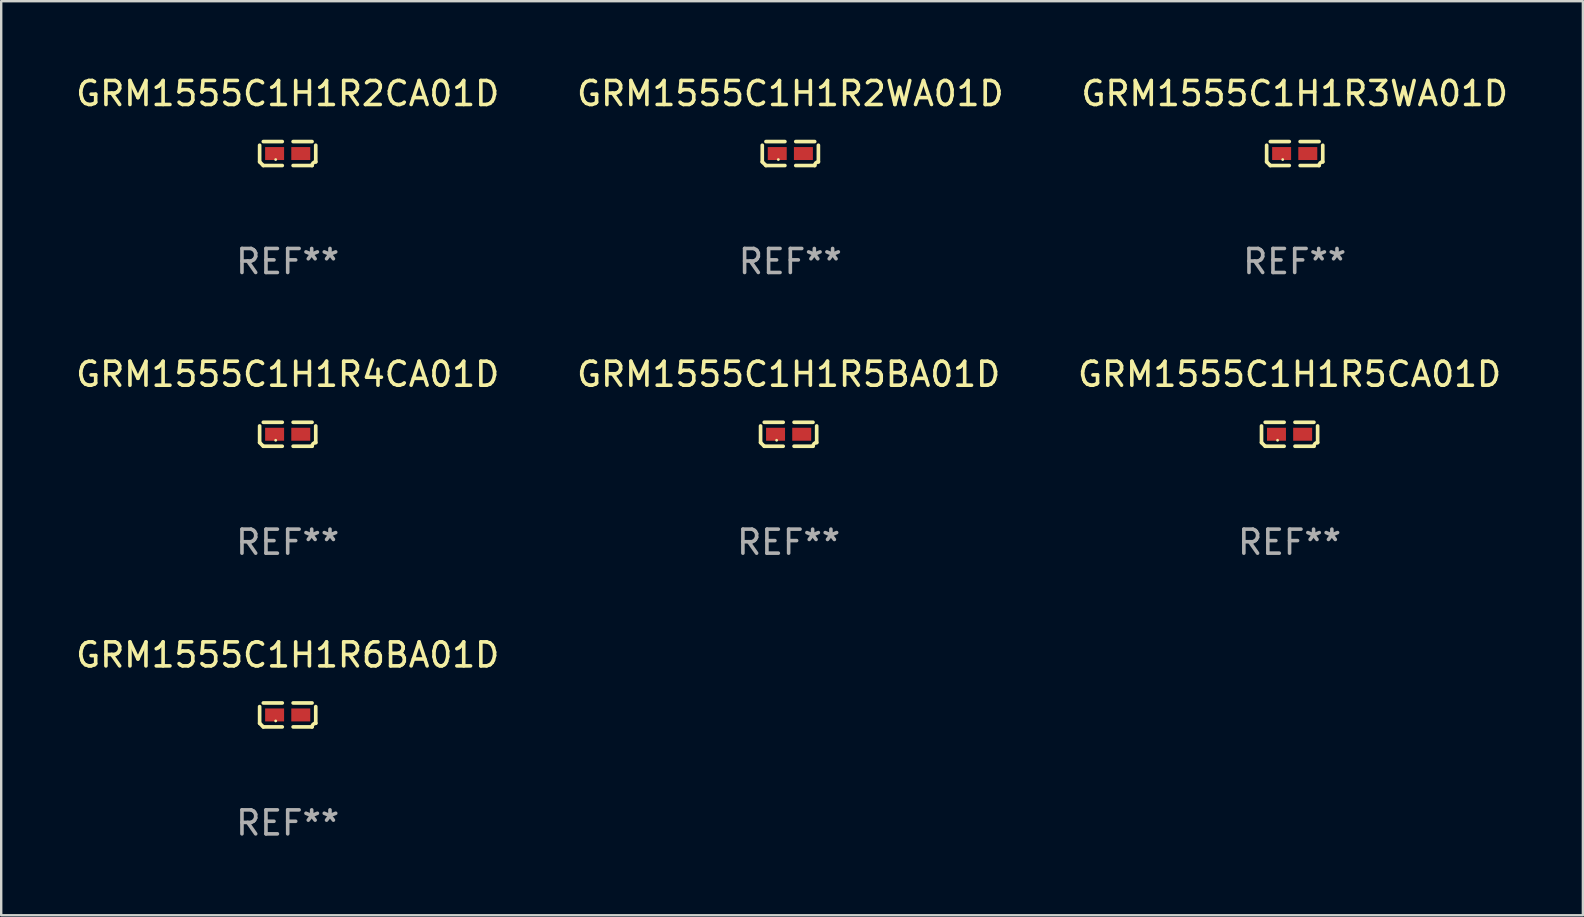
<source format=kicad_pcb>
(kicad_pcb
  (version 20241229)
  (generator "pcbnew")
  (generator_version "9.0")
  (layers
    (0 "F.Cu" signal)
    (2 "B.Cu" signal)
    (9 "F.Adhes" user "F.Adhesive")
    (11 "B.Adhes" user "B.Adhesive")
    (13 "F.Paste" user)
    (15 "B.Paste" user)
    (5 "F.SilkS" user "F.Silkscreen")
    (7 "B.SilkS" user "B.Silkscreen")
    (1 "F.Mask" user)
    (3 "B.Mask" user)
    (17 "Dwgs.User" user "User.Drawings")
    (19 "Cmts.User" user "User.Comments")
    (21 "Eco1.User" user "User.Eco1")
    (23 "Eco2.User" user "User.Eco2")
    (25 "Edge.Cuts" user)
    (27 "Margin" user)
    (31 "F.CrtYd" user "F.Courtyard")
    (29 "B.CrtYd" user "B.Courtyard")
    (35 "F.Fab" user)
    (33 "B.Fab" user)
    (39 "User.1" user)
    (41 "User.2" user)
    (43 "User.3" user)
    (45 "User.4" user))
  (footprint "GRM1555C1H1R2CA01D"
    (layer "F.Cu")
    (at 8.935 3.347)
    (property "Reference" "GRM1555C1H1R2CA01D" (at 0 -2.499 0) (layer "F.SilkS") (effects (font (size 1 1) (thickness 0.15))))
    (attr through_hole)
    (fp_line (start -1.169 0.346) (end -1.169 -0.346) (stroke (width 0.152) (type solid)) (layer "F.SilkS"))
    (fp_line (start -1.016 -0.499) (end -0.226 -0.499) (stroke (width 0.152) (type solid)) (layer "F.SilkS"))
    (fp_line (start -0.226 0.499) (end -1.016 0.499) (stroke (width 0.152) (type solid)) (layer "F.SilkS"))
    (fp_line (start 0.226 0.499) (end 1.016 0.499) (stroke (width 0.152) (type solid)) (layer "F.SilkS"))
    (fp_line (start 1.016 -0.499) (end 0.226 -0.499) (stroke (width 0.152) (type solid)) (layer "F.SilkS"))
    (fp_line (start 1.169 0.346) (end 1.169 -0.346) (stroke (width 0.152) (type solid)) (layer "F.SilkS"))
    (fp_arc (start -1.016307 0.498603) (mid -1.092512 0.422405) (end -1.16871 0.3462) (stroke (width 0.1524) (type solid)) (layer "F.SilkS"))
    (fp_arc (start 1.016307 0.498603) (mid 1.060899 0.390758) (end 1.168707 0.346076) (stroke (width 0.1524) (type solid)) (layer "F.SilkS"))
    (fp_circle (center -0.5 0.25) (end -0.47 0.25) (stroke (width 0.06) (type solid)) (fill no) (layer "F.SilkS"))
    (fp_text user "REF**" (at 0 4.499 0) (layer "F.Fab") (effects (font (size 1 1) (thickness 0.15))))
    (pad "1" smd rect (at -0.545 0) (size 0.79 0.54) (layers "F.Cu" "F.Mask" "F.Paste"))
    (pad "2" smd rect (at 0.545 0) (size 0.79 0.54) (layers "F.Cu" "F.Mask" "F.Paste")))
  (footprint "GRM1555C1H1R5CA01D"
    (layer "F.Cu")
    (at 50.673 15.041)
    (property "Reference" "GRM1555C1H1R5CA01D" (at 0 -2.499 0) (layer "F.SilkS") (effects (font (size 1 1) (thickness 0.15))))
    (attr through_hole)
    (fp_line (start -1.169 0.346) (end -1.169 -0.346) (stroke (width 0.152) (type solid)) (layer "F.SilkS"))
    (fp_line (start -1.016 -0.499) (end -0.226 -0.499) (stroke (width 0.152) (type solid)) (layer "F.SilkS"))
    (fp_line (start -0.226 0.499) (end -1.016 0.499) (stroke (width 0.152) (type solid)) (layer "F.SilkS"))
    (fp_line (start 0.226 0.499) (end 1.016 0.499) (stroke (width 0.152) (type solid)) (layer "F.SilkS"))
    (fp_line (start 1.016 -0.499) (end 0.226 -0.499) (stroke (width 0.152) (type solid)) (layer "F.SilkS"))
    (fp_line (start 1.169 0.346) (end 1.169 -0.346) (stroke (width 0.152) (type solid)) (layer "F.SilkS"))
    (fp_arc (start -1.016307 0.498603) (mid -1.092512 0.422405) (end -1.16871 0.3462) (stroke (width 0.1524) (type solid)) (layer "F.SilkS"))
    (fp_arc (start 1.016307 0.498603) (mid 1.060899 0.390758) (end 1.168707 0.346076) (stroke (width 0.1524) (type solid)) (layer "F.SilkS"))
    (fp_circle (center -0.5 0.25) (end -0.47 0.25) (stroke (width 0.06) (type solid)) (fill no) (layer "F.SilkS"))
    (fp_text user "REF**" (at 0 4.499 0) (layer "F.Fab") (effects (font (size 1 1) (thickness 0.15))))
    (pad "1" smd rect (at -0.545 0) (size 0.79 0.54) (layers "F.Cu" "F.Mask" "F.Paste"))
    (pad "2" smd rect (at 0.545 0) (size 0.79 0.54) (layers "F.Cu" "F.Mask" "F.Paste")))
  (footprint "GRM1555C1H1R2WA01D"
    (layer "F.Cu")
    (at 29.875 3.347)
    (property "Reference" "GRM1555C1H1R2WA01D" (at 0 -2.499 0) (layer "F.SilkS") (effects (font (size 1 1) (thickness 0.15))))
    (attr through_hole)
    (fp_line (start -1.169 0.346) (end -1.169 -0.346) (stroke (width 0.152) (type solid)) (layer "F.SilkS"))
    (fp_line (start -1.016 -0.499) (end -0.226 -0.499) (stroke (width 0.152) (type solid)) (layer "F.SilkS"))
    (fp_line (start -0.226 0.499) (end -1.016 0.499) (stroke (width 0.152) (type solid)) (layer "F.SilkS"))
    (fp_line (start 0.226 0.499) (end 1.016 0.499) (stroke (width 0.152) (type solid)) (layer "F.SilkS"))
    (fp_line (start 1.016 -0.499) (end 0.226 -0.499) (stroke (width 0.152) (type solid)) (layer "F.SilkS"))
    (fp_line (start 1.169 0.346) (end 1.169 -0.346) (stroke (width 0.152) (type solid)) (layer "F.SilkS"))
    (fp_arc (start -1.016307 0.498603) (mid -1.092512 0.422405) (end -1.16871 0.3462) (stroke (width 0.1524) (type solid)) (layer "F.SilkS"))
    (fp_arc (start 1.016307 0.498603) (mid 1.060899 0.390758) (end 1.168707 0.346076) (stroke (width 0.1524) (type solid)) (layer "F.SilkS"))
    (fp_circle (center -0.5 0.25) (end -0.47 0.25) (stroke (width 0.06) (type solid)) (fill no) (layer "F.SilkS"))
    (fp_text user "REF**" (at 0 4.499 0) (layer "F.Fab") (effects (font (size 1 1) (thickness 0.15))))
    (pad "1" smd rect (at -0.545 0) (size 0.79 0.54) (layers "F.Cu" "F.Mask" "F.Paste"))
    (pad "2" smd rect (at 0.545 0) (size 0.79 0.54) (layers "F.Cu" "F.Mask" "F.Paste")))
  (footprint "GRM1555C1H1R6BA01D"
    (layer "F.Cu")
    (at 8.935 26.734)
    (property "Reference" "GRM1555C1H1R6BA01D" (at 0 -2.499 0) (layer "F.SilkS") (effects (font (size 1 1) (thickness 0.15))))
    (attr through_hole)
    (fp_line (start -1.169 0.346) (end -1.169 -0.346) (stroke (width 0.152) (type solid)) (layer "F.SilkS"))
    (fp_line (start -1.016 -0.499) (end -0.226 -0.499) (stroke (width 0.152) (type solid)) (layer "F.SilkS"))
    (fp_line (start -0.226 0.499) (end -1.016 0.499) (stroke (width 0.152) (type solid)) (layer "F.SilkS"))
    (fp_line (start 0.226 0.499) (end 1.016 0.499) (stroke (width 0.152) (type solid)) (layer "F.SilkS"))
    (fp_line (start 1.016 -0.499) (end 0.226 -0.499) (stroke (width 0.152) (type solid)) (layer "F.SilkS"))
    (fp_line (start 1.169 0.346) (end 1.169 -0.346) (stroke (width 0.152) (type solid)) (layer "F.SilkS"))
    (fp_arc (start -1.016307 0.498603) (mid -1.092512 0.422405) (end -1.16871 0.3462) (stroke (width 0.1524) (type solid)) (layer "F.SilkS"))
    (fp_arc (start 1.016307 0.498603) (mid 1.060899 0.390758) (end 1.168707 0.346076) (stroke (width 0.1524) (type solid)) (layer "F.SilkS"))
    (fp_circle (center -0.5 0.25) (end -0.47 0.25) (stroke (width 0.06) (type solid)) (fill no) (layer "F.SilkS"))
    (fp_text user "REF**" (at 0 4.499 0) (layer "F.Fab") (effects (font (size 1 1) (thickness 0.15))))
    (pad "1" smd rect (at -0.545 0) (size 0.79 0.54) (layers "F.Cu" "F.Mask" "F.Paste"))
    (pad "2" smd rect (at 0.545 0) (size 0.79 0.54) (layers "F.Cu" "F.Mask" "F.Paste")))
  (footprint "GRM1555C1H1R5BA01D"
    (layer "F.Cu")
    (at 29.804 15.041)
    (property "Reference" "GRM1555C1H1R5BA01D" (at 0 -2.499 0) (layer "F.SilkS") (effects (font (size 1 1) (thickness 0.15))))
    (attr through_hole)
    (fp_line (start -1.169 0.346) (end -1.169 -0.346) (stroke (width 0.152) (type solid)) (layer "F.SilkS"))
    (fp_line (start -1.016 -0.499) (end -0.226 -0.499) (stroke (width 0.152) (type solid)) (layer "F.SilkS"))
    (fp_line (start -0.226 0.499) (end -1.016 0.499) (stroke (width 0.152) (type solid)) (layer "F.SilkS"))
    (fp_line (start 0.226 0.499) (end 1.016 0.499) (stroke (width 0.152) (type solid)) (layer "F.SilkS"))
    (fp_line (start 1.016 -0.499) (end 0.226 -0.499) (stroke (width 0.152) (type solid)) (layer "F.SilkS"))
    (fp_line (start 1.169 0.346) (end 1.169 -0.346) (stroke (width 0.152) (type solid)) (layer "F.SilkS"))
    (fp_arc (start -1.016307 0.498603) (mid -1.092512 0.422405) (end -1.16871 0.3462) (stroke (width 0.1524) (type solid)) (layer "F.SilkS"))
    (fp_arc (start 1.016307 0.498603) (mid 1.060899 0.390758) (end 1.168707 0.346076) (stroke (width 0.1524) (type solid)) (layer "F.SilkS"))
    (fp_circle (center -0.5 0.25) (end -0.47 0.25) (stroke (width 0.06) (type solid)) (fill no) (layer "F.SilkS"))
    (fp_text user "REF**" (at 0 4.499 0) (layer "F.Fab") (effects (font (size 1 1) (thickness 0.15))))
    (pad "1" smd rect (at -0.545 0) (size 0.79 0.54) (layers "F.Cu" "F.Mask" "F.Paste"))
    (pad "2" smd rect (at 0.545 0) (size 0.79 0.54) (layers "F.Cu" "F.Mask" "F.Paste")))
  (footprint "GRM1555C1H1R4CA01D"
    (layer "F.Cu")
    (at 8.935 15.041)
    (property "Reference" "GRM1555C1H1R4CA01D" (at 0 -2.499 0) (layer "F.SilkS") (effects (font (size 1 1) (thickness 0.15))))
    (attr through_hole)
    (fp_line (start -1.169 0.346) (end -1.169 -0.346) (stroke (width 0.152) (type solid)) (layer "F.SilkS"))
    (fp_line (start -1.016 -0.499) (end -0.226 -0.499) (stroke (width 0.152) (type solid)) (layer "F.SilkS"))
    (fp_line (start -0.226 0.499) (end -1.016 0.499) (stroke (width 0.152) (type solid)) (layer "F.SilkS"))
    (fp_line (start 0.226 0.499) (end 1.016 0.499) (stroke (width 0.152) (type solid)) (layer "F.SilkS"))
    (fp_line (start 1.016 -0.499) (end 0.226 -0.499) (stroke (width 0.152) (type solid)) (layer "F.SilkS"))
    (fp_line (start 1.169 0.346) (end 1.169 -0.346) (stroke (width 0.152) (type solid)) (layer "F.SilkS"))
    (fp_arc (start -1.016307 0.498603) (mid -1.092512 0.422405) (end -1.16871 0.3462) (stroke (width 0.1524) (type solid)) (layer "F.SilkS"))
    (fp_arc (start 1.016307 0.498603) (mid 1.060899 0.390758) (end 1.168707 0.346076) (stroke (width 0.1524) (type solid)) (layer "F.SilkS"))
    (fp_circle (center -0.5 0.25) (end -0.47 0.25) (stroke (width 0.06) (type solid)) (fill no) (layer "F.SilkS"))
    (fp_text user "REF**" (at 0 4.499 0) (layer "F.Fab") (effects (font (size 1 1) (thickness 0.15))))
    (pad "1" smd rect (at -0.545 0) (size 0.79 0.54) (layers "F.Cu" "F.Mask" "F.Paste"))
    (pad "2" smd rect (at 0.545 0) (size 0.79 0.54) (layers "F.Cu" "F.Mask" "F.Paste")))
  (footprint "GRM1555C1H1R3WA01D"
    (layer "F.Cu")
    (at 50.887 3.347)
    (property "Reference" "GRM1555C1H1R3WA01D" (at 0 -2.499 0) (layer "F.SilkS") (effects (font (size 1 1) (thickness 0.15))))
    (attr through_hole)
    (fp_line (start -1.169 0.346) (end -1.169 -0.346) (stroke (width 0.152) (type solid)) (layer "F.SilkS"))
    (fp_line (start -1.016 -0.499) (end -0.226 -0.499) (stroke (width 0.152) (type solid)) (layer "F.SilkS"))
    (fp_line (start -0.226 0.499) (end -1.016 0.499) (stroke (width 0.152) (type solid)) (layer "F.SilkS"))
    (fp_line (start 0.226 0.499) (end 1.016 0.499) (stroke (width 0.152) (type solid)) (layer "F.SilkS"))
    (fp_line (start 1.016 -0.499) (end 0.226 -0.499) (stroke (width 0.152) (type solid)) (layer "F.SilkS"))
    (fp_line (start 1.169 0.346) (end 1.169 -0.346) (stroke (width 0.152) (type solid)) (layer "F.SilkS"))
    (fp_arc (start -1.016307 0.498603) (mid -1.092512 0.422405) (end -1.16871 0.3462) (stroke (width 0.1524) (type solid)) (layer "F.SilkS"))
    (fp_arc (start 1.016307 0.498603) (mid 1.060899 0.390758) (end 1.168707 0.346076) (stroke (width 0.1524) (type solid)) (layer "F.SilkS"))
    (fp_circle (center -0.5 0.25) (end -0.47 0.25) (stroke (width 0.06) (type solid)) (fill no) (layer "F.SilkS"))
    (fp_text user "REF**" (at 0 4.499 0) (layer "F.Fab") (effects (font (size 1 1) (thickness 0.15))))
    (pad "1" smd rect (at -0.545 0) (size 0.79 0.54) (layers "F.Cu" "F.Mask" "F.Paste"))
    (pad "2" smd rect (at 0.545 0) (size 0.79 0.54) (layers "F.Cu" "F.Mask" "F.Paste")))
  (gr_rect
    (start -3 -3)
    (end 62.893 35.081)
    (stroke (width 0.1) (type default))
    (fill no)
    (layer "Edge.Cuts")))
</source>
